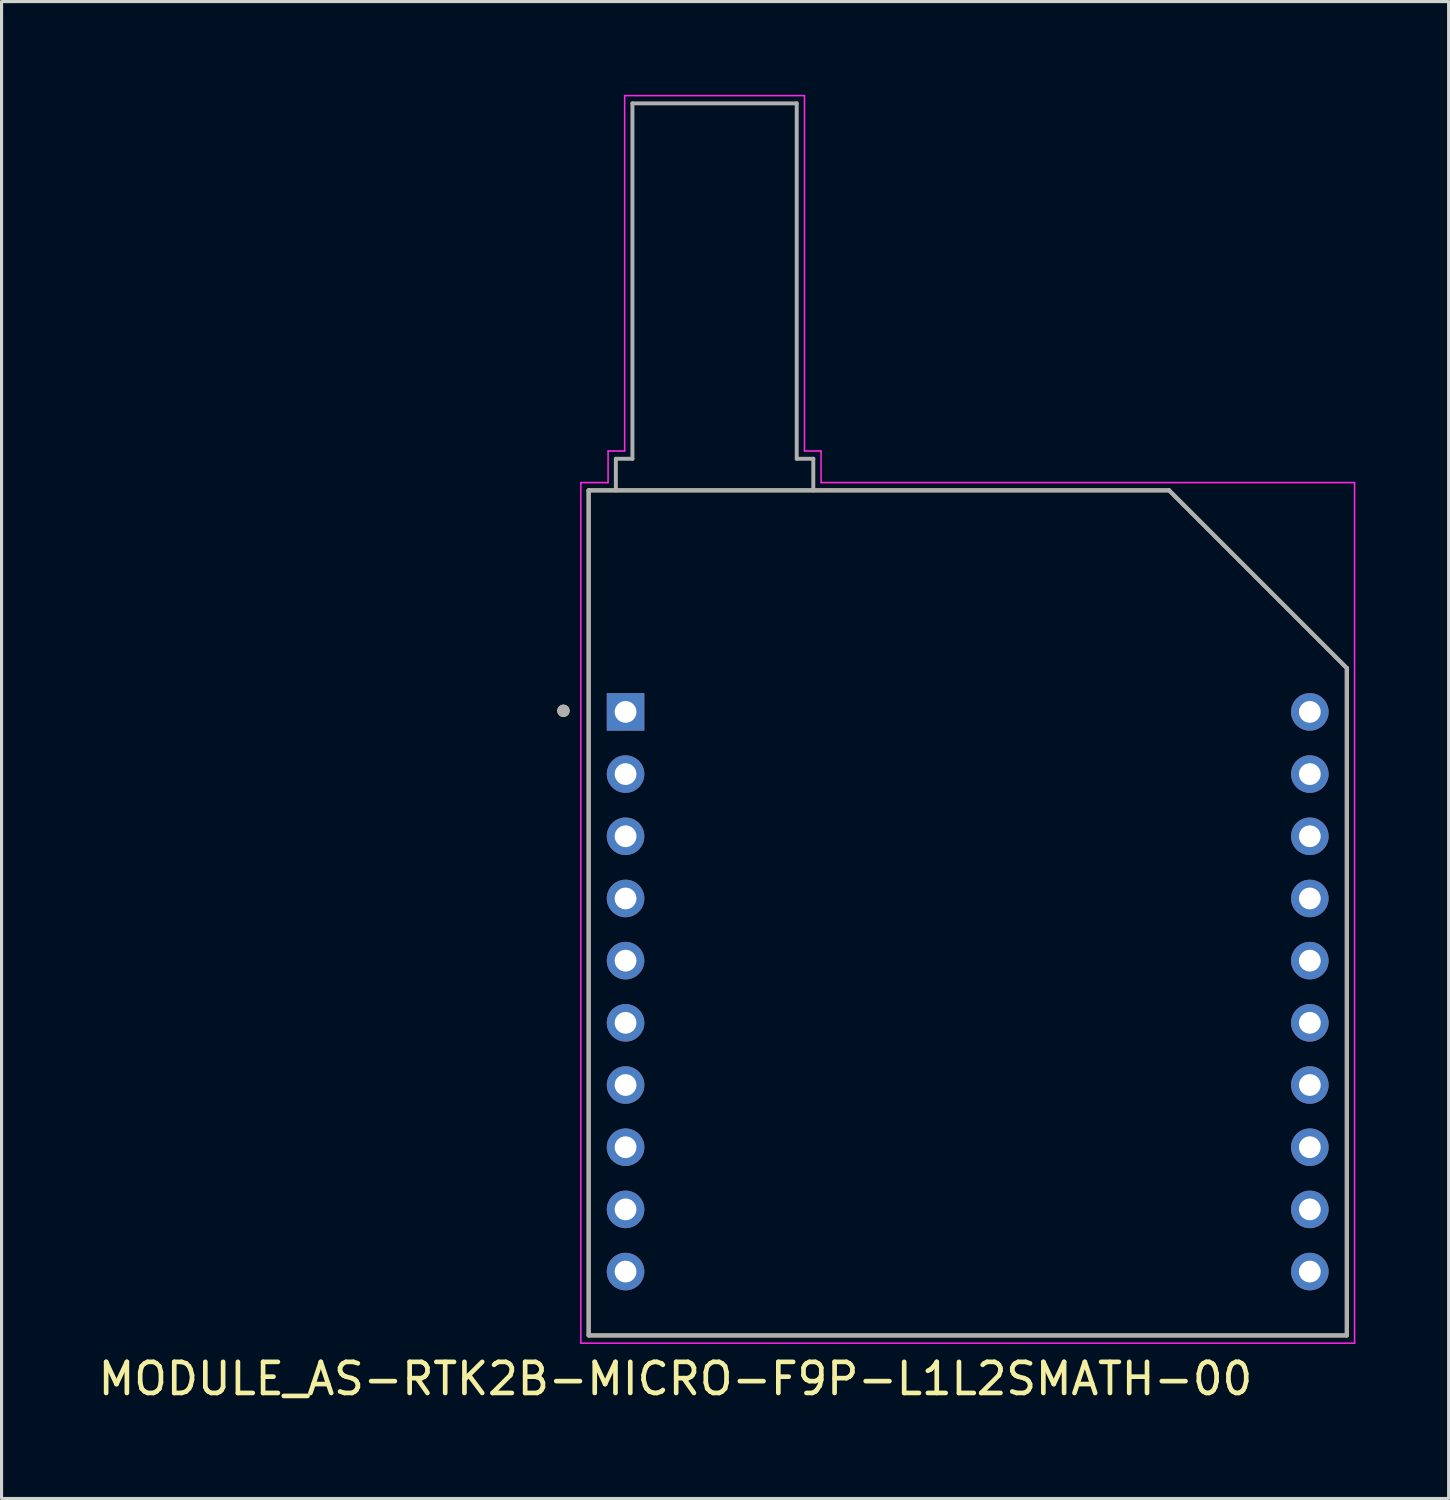
<source format=kicad_pcb>
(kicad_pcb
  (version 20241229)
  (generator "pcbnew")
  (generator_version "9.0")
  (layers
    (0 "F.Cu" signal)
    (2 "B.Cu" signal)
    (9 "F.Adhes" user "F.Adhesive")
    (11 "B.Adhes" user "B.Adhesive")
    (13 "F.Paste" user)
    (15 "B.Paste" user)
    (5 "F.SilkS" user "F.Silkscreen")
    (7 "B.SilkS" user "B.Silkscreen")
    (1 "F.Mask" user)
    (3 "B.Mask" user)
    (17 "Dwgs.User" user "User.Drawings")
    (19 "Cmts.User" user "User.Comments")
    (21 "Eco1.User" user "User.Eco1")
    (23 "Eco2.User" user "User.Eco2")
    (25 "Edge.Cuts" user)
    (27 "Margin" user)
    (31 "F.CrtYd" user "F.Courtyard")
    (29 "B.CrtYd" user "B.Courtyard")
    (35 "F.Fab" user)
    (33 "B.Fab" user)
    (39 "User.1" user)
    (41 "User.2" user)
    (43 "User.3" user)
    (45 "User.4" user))
  (footprint "MODULE_AS-RTK2B-MICRO-F9P-L1L2SMATH-00"
    (layer "F.Cu")
    (at 28.073 26.31)
    (property "Reference" "MODULE_AS-RTK2B-MICRO-F9P-L1L2SMATH-00" (at -9.4 14.985 0) (layer "F.SilkS") (effects (font (size 1 1) (thickness 0.15))))
    (attr through_hole)
    (fp_line (start -12.192 -13.589) (end 6.477 -13.589) (stroke (width 0.127) (type solid)) (layer "F.SilkS"))
    (fp_line (start -12.192 13.589) (end -12.192 -13.589) (stroke (width 0.127) (type solid)) (layer "F.SilkS"))
    (fp_line (start 6.477 -13.589) (end 12.192 -7.874) (stroke (width 0.127) (type solid)) (layer "F.SilkS"))
    (fp_line (start 12.192 -7.874) (end 12.192 13.589) (stroke (width 0.127) (type solid)) (layer "F.SilkS"))
    (fp_line (start 12.192 13.589) (end -12.192 13.589) (stroke (width 0.127) (type solid)) (layer "F.SilkS"))
    (fp_circle (center -13.002 -6.5) (end -12.902 -6.5) (stroke (width 0.2) (type solid)) (fill no) (layer "F.SilkS"))
    (fp_line (start -12.442 -13.839) (end -11.566 -13.839) (stroke (width 0.05) (type solid)) (layer "F.CrtYd"))
    (fp_line (start -12.442 13.839) (end -12.442 -13.839) (stroke (width 0.05) (type solid)) (layer "F.CrtYd"))
    (fp_line (start -12.442 13.839) (end 12.442 13.839) (stroke (width 0.05) (type solid)) (layer "F.CrtYd"))
    (fp_line (start -11.566 -14.855) (end -11.033 -14.855) (stroke (width 0.05) (type solid)) (layer "F.CrtYd"))
    (fp_line (start -11.566 -13.839) (end -11.566 -14.855) (stroke (width 0.05) (type solid)) (layer "F.CrtYd"))
    (fp_line (start -11.033 -26.285) (end -5.249 -26.285) (stroke (width 0.05) (type solid)) (layer "F.CrtYd"))
    (fp_line (start -11.033 -14.855) (end -11.033 -26.285) (stroke (width 0.05) (type solid)) (layer "F.CrtYd"))
    (fp_line (start -5.249 -26.285) (end -5.249 -14.855) (stroke (width 0.05) (type solid)) (layer "F.CrtYd"))
    (fp_line (start -5.249 -14.855) (end -4.716 -14.855) (stroke (width 0.05) (type solid)) (layer "F.CrtYd"))
    (fp_line (start -4.716 -14.855) (end -4.716 -13.839) (stroke (width 0.05) (type solid)) (layer "F.CrtYd"))
    (fp_line (start 12.442 -13.839) (end -4.716 -13.839) (stroke (width 0.05) (type solid)) (layer "F.CrtYd"))
    (fp_line (start 12.442 13.839) (end 12.442 -13.839) (stroke (width 0.05) (type solid)) (layer "F.CrtYd"))
    (fp_line (start -12.192 -13.589) (end -11.316 -13.589) (stroke (width 0.127) (type solid)) (layer "F.Fab"))
    (fp_line (start -12.192 13.589) (end -12.192 -13.589) (stroke (width 0.127) (type solid)) (layer "F.Fab"))
    (fp_line (start -11.316 -14.605) (end -10.783 -14.605) (stroke (width 0.127) (type solid)) (layer "F.Fab"))
    (fp_line (start -11.316 -13.589) (end -11.316 -14.605) (stroke (width 0.127) (type solid)) (layer "F.Fab"))
    (fp_line (start -11.316 -13.589) (end -4.966 -13.589) (stroke (width 0.127) (type solid)) (layer "F.Fab"))
    (fp_line (start -10.783 -26.035) (end -5.499 -26.035) (stroke (width 0.127) (type solid)) (layer "F.Fab"))
    (fp_line (start -10.783 -14.605) (end -10.783 -26.035) (stroke (width 0.127) (type solid)) (layer "F.Fab"))
    (fp_line (start -5.499 -26.035) (end -5.499 -14.605) (stroke (width 0.127) (type solid)) (layer "F.Fab"))
    (fp_line (start -5.499 -14.605) (end -4.966 -14.605) (stroke (width 0.127) (type solid)) (layer "F.Fab"))
    (fp_line (start -4.966 -14.605) (end -4.966 -13.589) (stroke (width 0.127) (type solid)) (layer "F.Fab"))
    (fp_line (start -4.966 -13.589) (end 6.477 -13.589) (stroke (width 0.127) (type solid)) (layer "F.Fab"))
    (fp_line (start 6.477 -13.589) (end 12.192 -7.874) (stroke (width 0.127) (type solid)) (layer "F.Fab"))
    (fp_line (start 12.192 -7.874) (end 12.192 13.589) (stroke (width 0.127) (type solid)) (layer "F.Fab"))
    (fp_line (start 12.192 13.589) (end -12.192 13.589) (stroke (width 0.127) (type solid)) (layer "F.Fab"))
    (fp_circle (center -13.002 -6.5) (end -12.902 -6.5) (stroke (width 0.2) (type solid)) (fill no) (layer "F.Fab"))
    (pad "1" thru_hole rect (at -11.004 -6.464) (size 1.208 1.208) (drill 0.7) (layers "*.Cu" "*.Mask"))
    (pad "2" thru_hole circle (at -11.004 -4.464) (size 1.208 1.208) (drill 0.7) (layers "*.Cu" "*.Mask"))
    (pad "3" thru_hole circle (at -11.004 -2.464) (size 1.208 1.208) (drill 0.7) (layers "*.Cu" "*.Mask"))
    (pad "4" thru_hole circle (at -11.004 -0.464) (size 1.208 1.208) (drill 0.7) (layers "*.Cu" "*.Mask"))
    (pad "5" thru_hole circle (at -11.004 1.536) (size 1.208 1.208) (drill 0.7) (layers "*.Cu" "*.Mask"))
    (pad "6" thru_hole circle (at -11.004 3.536) (size 1.208 1.208) (drill 0.7) (layers "*.Cu" "*.Mask"))
    (pad "7" thru_hole circle (at -11.004 5.536) (size 1.208 1.208) (drill 0.7) (layers "*.Cu" "*.Mask"))
    (pad "8" thru_hole circle (at -11.004 7.536) (size 1.208 1.208) (drill 0.7) (layers "*.Cu" "*.Mask"))
    (pad "9" thru_hole circle (at -11.004 9.536) (size 1.208 1.208) (drill 0.7) (layers "*.Cu" "*.Mask"))
    (pad "10" thru_hole circle (at -11.004 11.536) (size 1.208 1.208) (drill 0.7) (layers "*.Cu" "*.Mask"))
    (pad "11" thru_hole circle (at 11.003 11.536) (size 1.208 1.208) (drill 0.7) (layers "*.Cu" "*.Mask"))
    (pad "12" thru_hole circle (at 11.003 9.536) (size 1.208 1.208) (drill 0.7) (layers "*.Cu" "*.Mask"))
    (pad "13" thru_hole circle (at 11.003 7.536) (size 1.208 1.208) (drill 0.7) (layers "*.Cu" "*.Mask"))
    (pad "14" thru_hole circle (at 11.003 5.536) (size 1.208 1.208) (drill 0.7) (layers "*.Cu" "*.Mask"))
    (pad "15" thru_hole circle (at 11.003 3.536) (size 1.208 1.208) (drill 0.7) (layers "*.Cu" "*.Mask"))
    (pad "16" thru_hole circle (at 11.003 1.536) (size 1.208 1.208) (drill 0.7) (layers "*.Cu" "*.Mask"))
    (pad "17" thru_hole circle (at 11.003 -0.464) (size 1.208 1.208) (drill 0.7) (layers "*.Cu" "*.Mask"))
    (pad "18" thru_hole circle (at 11.003 -2.464) (size 1.208 1.208) (drill 0.7) (layers "*.Cu" "*.Mask"))
    (pad "19" thru_hole circle (at 11.003 -4.464) (size 1.208 1.208) (drill 0.7) (layers "*.Cu" "*.Mask"))
    (pad "20" thru_hole circle (at 11.003 -6.464) (size 1.208 1.208) (drill 0.7) (layers "*.Cu" "*.Mask")))
  (gr_rect
    (start -3 -3)
    (end 43.54 45.143)
    (stroke (width 0.1) (type default))
    (fill no)
    (layer "Edge.Cuts")))
</source>
